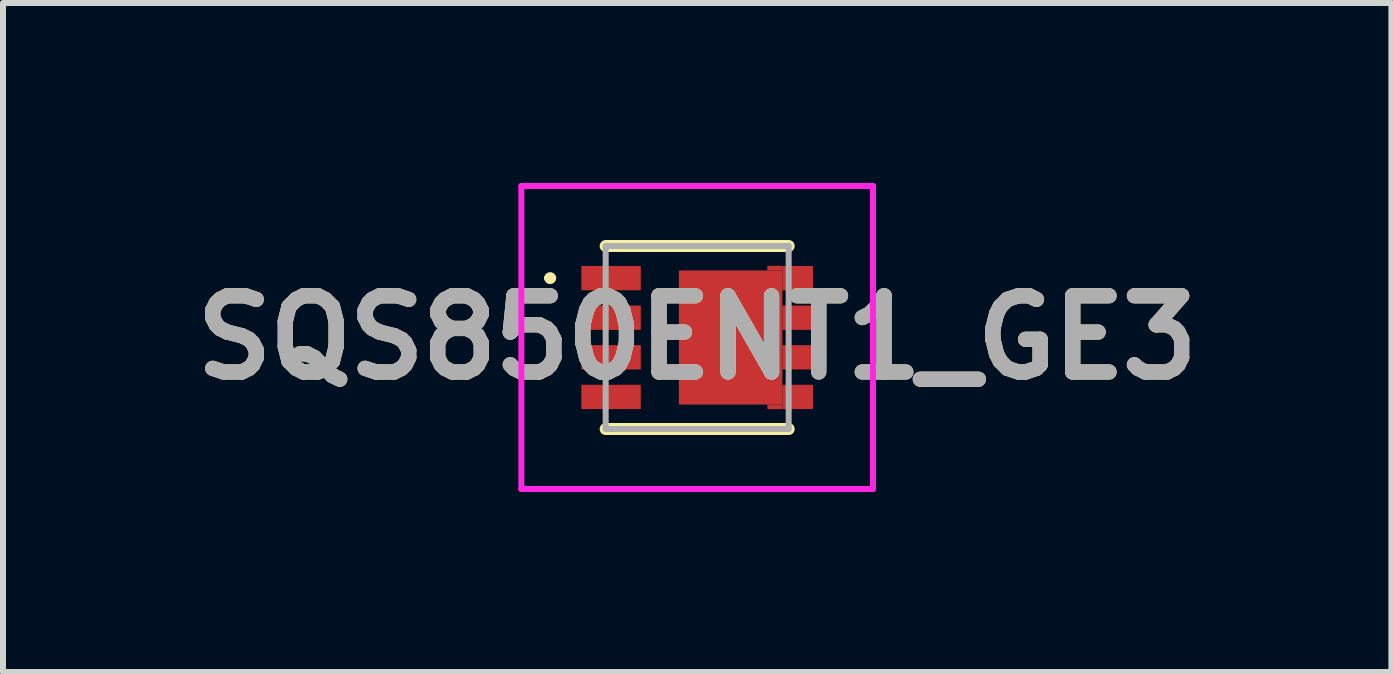
<source format=kicad_pcb>
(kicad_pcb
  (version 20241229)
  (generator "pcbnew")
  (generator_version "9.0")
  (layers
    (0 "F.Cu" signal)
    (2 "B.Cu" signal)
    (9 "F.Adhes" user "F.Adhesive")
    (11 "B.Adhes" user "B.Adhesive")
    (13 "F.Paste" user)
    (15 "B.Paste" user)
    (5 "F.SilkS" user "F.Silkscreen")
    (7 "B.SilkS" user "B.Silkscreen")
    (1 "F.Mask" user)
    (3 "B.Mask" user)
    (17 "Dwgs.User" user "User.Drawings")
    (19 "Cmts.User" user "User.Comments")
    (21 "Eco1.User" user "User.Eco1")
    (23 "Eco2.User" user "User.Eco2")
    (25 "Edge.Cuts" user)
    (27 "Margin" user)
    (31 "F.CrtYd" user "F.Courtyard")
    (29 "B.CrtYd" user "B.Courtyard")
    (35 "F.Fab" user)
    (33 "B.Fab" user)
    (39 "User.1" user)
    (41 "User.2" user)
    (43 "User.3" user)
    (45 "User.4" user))
  (footprint "SQS850ENT1_GE3"
    (layer "F.Cu")
    (at 8.569 2.575)
    (property "Reference" "SQS850ENT1_GE3" (at 0 0 0) (layer "F.SilkS") (effects (font (size 1.27 1.27) (thickness 0.254))))
    (attr smd)
    (fp_line (start -2.5 -0.99) (end -2.5 -0.99) (stroke (width 0.1) (type solid)) (layer "F.SilkS"))
    (fp_line (start -2.4 -0.99) (end -2.4 -0.99) (stroke (width 0.1) (type solid)) (layer "F.SilkS"))
    (fp_line (start -1.525 -1.525) (end 1.525 -1.525) (stroke (width 0.2) (type solid)) (layer "F.SilkS"))
    (fp_line (start -1.525 1.525) (end 1.525 1.525) (stroke (width 0.2) (type solid)) (layer "F.SilkS"))
    (fp_arc (start -2.5 -0.99) (mid -2.45 -1.04) (end -2.4 -0.99) (stroke (width 0.1) (type solid)) (layer "F.SilkS"))
    (fp_arc (start -2.4 -0.99) (mid -2.45 -0.94) (end -2.5 -0.99) (stroke (width 0.1) (type solid)) (layer "F.SilkS"))
    (fp_line (start -2.93 -2.525) (end 2.93 -2.525) (stroke (width 0.1) (type solid)) (layer "F.CrtYd"))
    (fp_line (start -2.93 2.525) (end -2.93 -2.525) (stroke (width 0.1) (type solid)) (layer "F.CrtYd"))
    (fp_line (start 2.93 -2.525) (end 2.93 2.525) (stroke (width 0.1) (type solid)) (layer "F.CrtYd"))
    (fp_line (start 2.93 2.525) (end -2.93 2.525) (stroke (width 0.1) (type solid)) (layer "F.CrtYd"))
    (fp_line (start -1.525 -1.525) (end 1.525 -1.525) (stroke (width 0.1) (type solid)) (layer "F.Fab"))
    (fp_line (start -1.525 1.525) (end -1.525 -1.525) (stroke (width 0.1) (type solid)) (layer "F.Fab"))
    (fp_line (start 1.525 -1.525) (end 1.525 1.525) (stroke (width 0.1) (type solid)) (layer "F.Fab"))
    (fp_line (start 1.525 1.525) (end -1.525 1.525) (stroke (width 0.1) (type solid)) (layer "F.Fab"))
    (fp_text user "${REFERENCE}" (at 0 0 0) (layer "F.Fab") (effects (font (size 1.27 1.27) (thickness 0.254))))
    (pad "1" smd rect (at -1.435 -0.99 90) (size 0.405 0.99) (layers "F.Cu" "F.Mask" "F.Paste"))
    (pad "2" smd rect (at -1.435 -0.33 90) (size 0.405 0.99) (layers "F.Cu" "F.Mask" "F.Paste"))
    (pad "3" smd rect (at -1.435 0.33 90) (size 0.405 0.99) (layers "F.Cu" "F.Mask" "F.Paste"))
    (pad "4" smd rect (at -1.435 0.99 90) (size 0.405 0.99) (layers "F.Cu" "F.Mask" "F.Paste"))
    (pad "5" smd rect (at 1.675 0.99 90) (size 0.405 0.51) (layers "F.Cu" "F.Mask" "F.Paste"))
    (pad "6" smd rect (at 1.675 0.33 90) (size 0.405 0.51) (layers "F.Cu" "F.Mask" "F.Paste"))
    (pad "7" smd rect (at 1.675 -0.33 90) (size 0.405 0.51) (layers "F.Cu" "F.Mask" "F.Paste"))
    (pad "8" smd rect (at 1.675 -0.99 90) (size 0.405 0.51) (layers "F.Cu" "F.Mask" "F.Paste"))
    (pad "9" smd rect (at 0.557 0) (size 1.725 2.235) (layers "F.Cu" "F.Mask" "F.Paste"))
    (pad "10" smd rect (at 1.295 1.156 90) (size 0.077 0.25) (layers "F.Cu" "F.Mask" "F.Paste"))
    (pad "11" smd rect (at 1.295 -1.156 90) (size 0.077 0.25) (layers "F.Cu" "F.Mask" "F.Paste")))
  (gr_rect
    (start -3 -3)
    (end 20.139 8.15)
    (stroke (width 0.1) (type default))
    (fill no)
    (layer "Edge.Cuts")))
</source>
